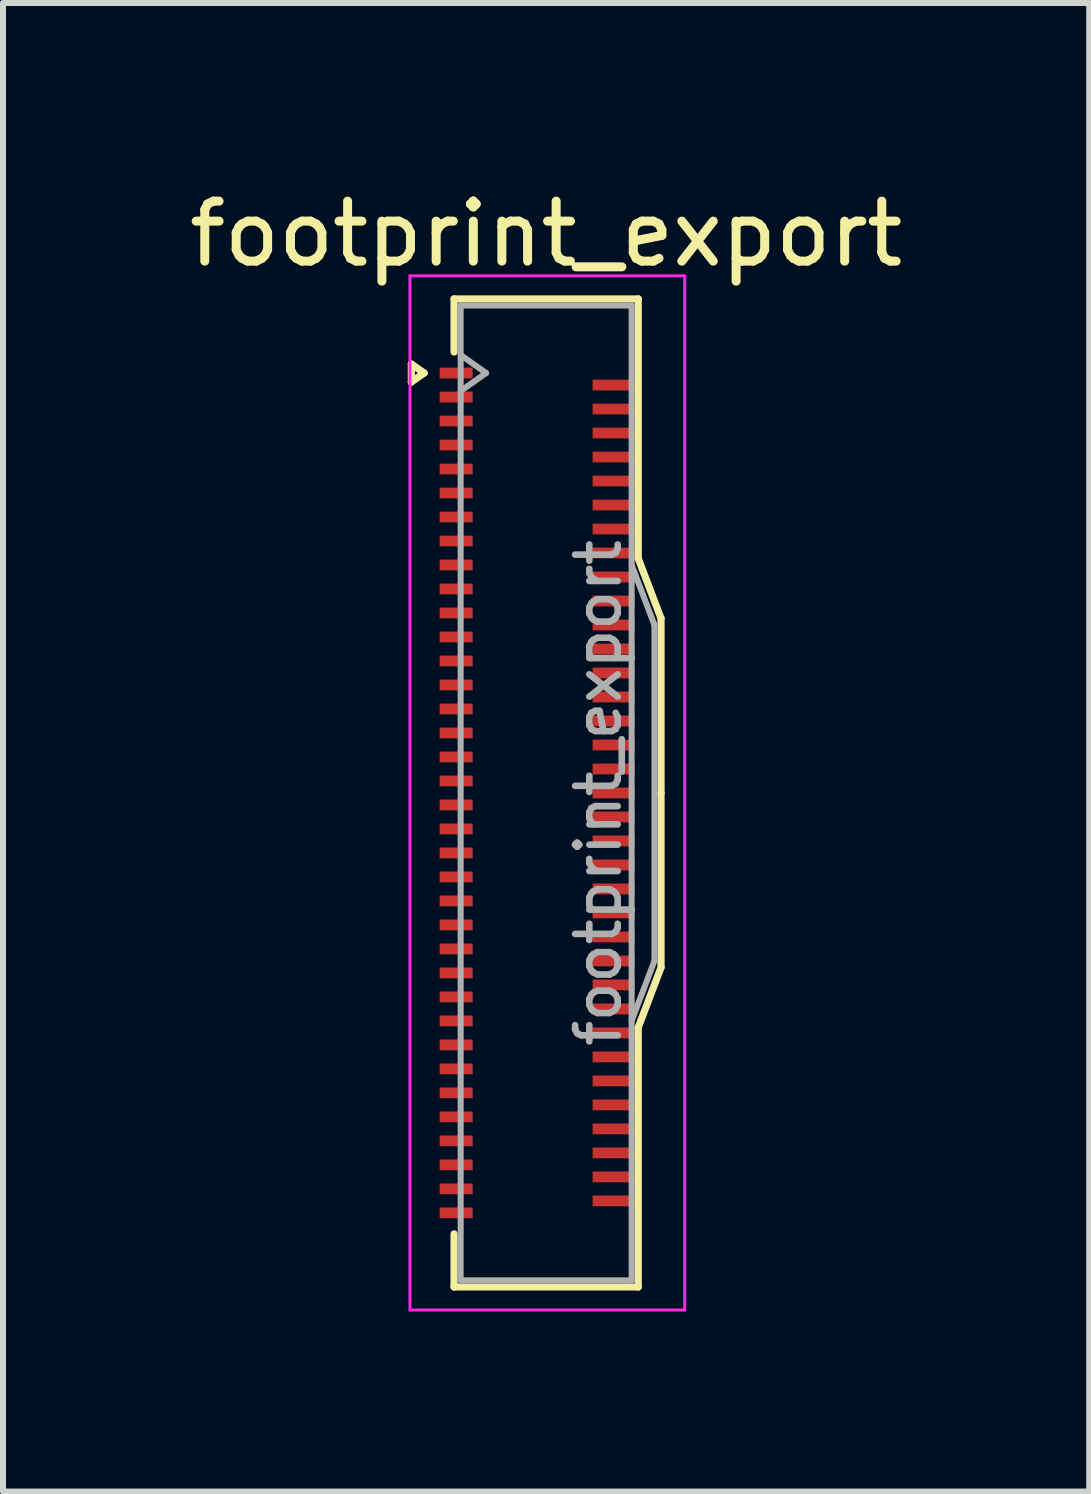
<source format=kicad_pcb>
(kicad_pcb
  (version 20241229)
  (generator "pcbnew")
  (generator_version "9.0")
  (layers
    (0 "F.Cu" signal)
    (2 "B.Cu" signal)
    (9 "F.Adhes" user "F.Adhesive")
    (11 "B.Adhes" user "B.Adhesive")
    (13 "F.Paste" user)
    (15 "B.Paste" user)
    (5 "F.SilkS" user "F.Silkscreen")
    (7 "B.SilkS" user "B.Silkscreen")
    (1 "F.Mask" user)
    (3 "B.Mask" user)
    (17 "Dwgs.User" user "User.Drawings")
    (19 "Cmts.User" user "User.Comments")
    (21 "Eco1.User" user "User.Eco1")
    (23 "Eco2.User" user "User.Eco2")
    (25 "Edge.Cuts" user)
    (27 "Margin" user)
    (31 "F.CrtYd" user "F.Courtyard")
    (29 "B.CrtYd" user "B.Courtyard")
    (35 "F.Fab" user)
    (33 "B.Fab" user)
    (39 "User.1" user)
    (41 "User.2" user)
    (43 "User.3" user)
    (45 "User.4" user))
  (footprint "footprint_export"
    (layer "F.Cu")
    (at 5.904 10.168)
    (property "Reference" "footprint_export" (at 0.15 -9.32 0) (layer "F.SilkS") (effects (font (size 1 1) (thickness 0.15))))
    (attr smd)
    (fp_line (start -2.097 -7.15) (end -1.885 -7) (stroke (width 0.12) (type solid)) (layer "F.SilkS"))
    (fp_line (start -2.097 -6.85) (end -2.097 -7.15) (stroke (width 0.12) (type solid)) (layer "F.SilkS"))
    (fp_line (start -1.885 -7) (end -2.097 -6.85) (stroke (width 0.12) (type solid)) (layer "F.SilkS"))
    (fp_line (start -1.385 -8.235) (end 1.685 -8.235) (stroke (width 0.12) (type solid)) (layer "F.SilkS"))
    (fp_line (start -1.385 -7.35) (end -1.385 -8.235) (stroke (width 0.12) (type solid)) (layer "F.SilkS"))
    (fp_line (start -1.385 7.35) (end -1.385 8.235) (stroke (width 0.12) (type solid)) (layer "F.SilkS"))
    (fp_line (start -1.385 8.235) (end 1.685 8.235) (stroke (width 0.12) (type solid)) (layer "F.SilkS"))
    (fp_line (start 1.685 -8.235) (end 1.685 -3.91) (stroke (width 0.12) (type solid)) (layer "F.SilkS"))
    (fp_line (start 1.685 -3.91) (end 2.065 -2.91) (stroke (width 0.12) (type solid)) (layer "F.SilkS"))
    (fp_line (start 1.685 3.91) (end 2.065 2.91) (stroke (width 0.12) (type solid)) (layer "F.SilkS"))
    (fp_line (start 1.685 8.235) (end 1.685 3.91) (stroke (width 0.12) (type solid)) (layer "F.SilkS"))
    (fp_line (start 2.065 -2.91) (end 2.065 0) (stroke (width 0.12) (type solid)) (layer "F.SilkS"))
    (fp_line (start 2.065 2.91) (end 2.065 0) (stroke (width 0.12) (type solid)) (layer "F.SilkS"))
    (fp_line (start -2.12 -8.62) (end -2.12 8.62) (stroke (width 0.05) (type solid)) (layer "F.CrtYd"))
    (fp_line (start -2.12 8.62) (end 2.46 8.62) (stroke (width 0.05) (type solid)) (layer "F.CrtYd"))
    (fp_line (start 2.46 -8.62) (end -2.12 -8.62) (stroke (width 0.05) (type solid)) (layer "F.CrtYd"))
    (fp_line (start 2.46 8.62) (end 2.46 -8.62) (stroke (width 0.05) (type solid)) (layer "F.CrtYd"))
    (fp_line (start -1.275 -8.125) (end -1.275 8.125) (stroke (width 0.1) (type solid)) (layer "F.Fab"))
    (fp_line (start -1.275 -7.3) (end -0.851 -7) (stroke (width 0.1) (type solid)) (layer "F.Fab"))
    (fp_line (start -1.275 8.125) (end 1.575 8.125) (stroke (width 0.1) (type solid)) (layer "F.Fab"))
    (fp_line (start -0.851 -7) (end -1.275 -6.7) (stroke (width 0.1) (type solid)) (layer "F.Fab"))
    (fp_line (start 1.575 -8.125) (end -1.275 -8.125) (stroke (width 0.1) (type solid)) (layer "F.Fab"))
    (fp_line (start 1.575 -3.8) (end 1.955 -2.8) (stroke (width 0.1) (type solid)) (layer "F.Fab"))
    (fp_line (start 1.575 8.125) (end 1.575 -8.125) (stroke (width 0.1) (type solid)) (layer "F.Fab"))
    (fp_line (start 1.955 -2.8) (end 1.955 2.8) (stroke (width 0.1) (type solid)) (layer "F.Fab"))
    (fp_line (start 1.955 2.8) (end 1.575 3.8) (stroke (width 0.1) (type solid)) (layer "F.Fab"))
    (fp_text user "${REFERENCE}" (at 1.02 0 90) (layer "F.Fab") (effects (font (size 0.71 0.71) (thickness 0.11))))
    (pad "1" smd rect (at -1.35 -7) (size 0.55 0.18) (layers "F.Cu" "F.Mask" "F.Paste"))
    (pad "2" smd rect (at 1.275 -6.8) (size 0.7 0.18) (layers "F.Cu" "F.Mask" "F.Paste"))
    (pad "3" smd rect (at -1.35 -6.6) (size 0.55 0.18) (layers "F.Cu" "F.Mask" "F.Paste"))
    (pad "4" smd rect (at 1.275 -6.4) (size 0.7 0.18) (layers "F.Cu" "F.Mask" "F.Paste"))
    (pad "5" smd rect (at -1.35 -6.2) (size 0.55 0.18) (layers "F.Cu" "F.Mask" "F.Paste"))
    (pad "6" smd rect (at 1.275 -6) (size 0.7 0.18) (layers "F.Cu" "F.Mask" "F.Paste"))
    (pad "7" smd rect (at -1.35 -5.8) (size 0.55 0.18) (layers "F.Cu" "F.Mask" "F.Paste"))
    (pad "8" smd rect (at 1.275 -5.6) (size 0.7 0.18) (layers "F.Cu" "F.Mask" "F.Paste"))
    (pad "9" smd rect (at -1.35 -5.4) (size 0.55 0.18) (layers "F.Cu" "F.Mask" "F.Paste"))
    (pad "10" smd rect (at 1.275 -5.2) (size 0.7 0.18) (layers "F.Cu" "F.Mask" "F.Paste"))
    (pad "11" smd rect (at -1.35 -5) (size 0.55 0.18) (layers "F.Cu" "F.Mask" "F.Paste"))
    (pad "12" smd rect (at 1.275 -4.8) (size 0.7 0.18) (layers "F.Cu" "F.Mask" "F.Paste"))
    (pad "13" smd rect (at -1.35 -4.6) (size 0.55 0.18) (layers "F.Cu" "F.Mask" "F.Paste"))
    (pad "14" smd rect (at 1.275 -4.4) (size 0.7 0.18) (layers "F.Cu" "F.Mask" "F.Paste"))
    (pad "15" smd rect (at -1.35 -4.2) (size 0.55 0.18) (layers "F.Cu" "F.Mask" "F.Paste"))
    (pad "16" smd rect (at 1.275 -4) (size 0.7 0.18) (layers "F.Cu" "F.Mask" "F.Paste"))
    (pad "17" smd rect (at -1.35 -3.8) (size 0.55 0.18) (layers "F.Cu" "F.Mask" "F.Paste"))
    (pad "18" smd rect (at 1.275 -3.6) (size 0.7 0.18) (layers "F.Cu" "F.Mask" "F.Paste"))
    (pad "19" smd rect (at -1.35 -3.4) (size 0.55 0.18) (layers "F.Cu" "F.Mask" "F.Paste"))
    (pad "20" smd rect (at 1.275 -3.2) (size 0.7 0.18) (layers "F.Cu" "F.Mask" "F.Paste"))
    (pad "21" smd rect (at -1.35 -3) (size 0.55 0.18) (layers "F.Cu" "F.Mask" "F.Paste"))
    (pad "22" smd rect (at 1.275 -2.8) (size 0.7 0.18) (layers "F.Cu" "F.Mask" "F.Paste"))
    (pad "23" smd rect (at -1.35 -2.6) (size 0.55 0.18) (layers "F.Cu" "F.Mask" "F.Paste"))
    (pad "24" smd rect (at 1.275 -2.4) (size 0.7 0.18) (layers "F.Cu" "F.Mask" "F.Paste"))
    (pad "25" smd rect (at -1.35 -2.2) (size 0.55 0.18) (layers "F.Cu" "F.Mask" "F.Paste"))
    (pad "26" smd rect (at 1.275 -2) (size 0.7 0.18) (layers "F.Cu" "F.Mask" "F.Paste"))
    (pad "27" smd rect (at -1.35 -1.8) (size 0.55 0.18) (layers "F.Cu" "F.Mask" "F.Paste"))
    (pad "28" smd rect (at 1.275 -1.6) (size 0.7 0.18) (layers "F.Cu" "F.Mask" "F.Paste"))
    (pad "29" smd rect (at -1.35 -1.4) (size 0.55 0.18) (layers "F.Cu" "F.Mask" "F.Paste"))
    (pad "30" smd rect (at 1.275 -1.2) (size 0.7 0.18) (layers "F.Cu" "F.Mask" "F.Paste"))
    (pad "31" smd rect (at -1.35 -1) (size 0.55 0.18) (layers "F.Cu" "F.Mask" "F.Paste"))
    (pad "32" smd rect (at 1.275 -0.8) (size 0.7 0.18) (layers "F.Cu" "F.Mask" "F.Paste"))
    (pad "33" smd rect (at -1.35 -0.6) (size 0.55 0.18) (layers "F.Cu" "F.Mask" "F.Paste"))
    (pad "34" smd rect (at 1.275 -0.4) (size 0.7 0.18) (layers "F.Cu" "F.Mask" "F.Paste"))
    (pad "35" smd rect (at -1.35 -0.2) (size 0.55 0.18) (layers "F.Cu" "F.Mask" "F.Paste"))
    (pad "36" smd rect (at 1.275 0) (size 0.7 0.18) (layers "F.Cu" "F.Mask" "F.Paste"))
    (pad "37" smd rect (at -1.35 0.2) (size 0.55 0.18) (layers "F.Cu" "F.Mask" "F.Paste"))
    (pad "38" smd rect (at 1.275 0.4) (size 0.7 0.18) (layers "F.Cu" "F.Mask" "F.Paste"))
    (pad "39" smd rect (at -1.35 0.6) (size 0.55 0.18) (layers "F.Cu" "F.Mask" "F.Paste"))
    (pad "40" smd rect (at 1.275 0.8) (size 0.7 0.18) (layers "F.Cu" "F.Mask" "F.Paste"))
    (pad "41" smd rect (at -1.35 1) (size 0.55 0.18) (layers "F.Cu" "F.Mask" "F.Paste"))
    (pad "42" smd rect (at 1.275 1.2) (size 0.7 0.18) (layers "F.Cu" "F.Mask" "F.Paste"))
    (pad "43" smd rect (at -1.35 1.4) (size 0.55 0.18) (layers "F.Cu" "F.Mask" "F.Paste"))
    (pad "44" smd rect (at 1.275 1.6) (size 0.7 0.18) (layers "F.Cu" "F.Mask" "F.Paste"))
    (pad "45" smd rect (at -1.35 1.8) (size 0.55 0.18) (layers "F.Cu" "F.Mask" "F.Paste"))
    (pad "46" smd rect (at 1.275 2) (size 0.7 0.18) (layers "F.Cu" "F.Mask" "F.Paste"))
    (pad "47" smd rect (at -1.35 2.2) (size 0.55 0.18) (layers "F.Cu" "F.Mask" "F.Paste"))
    (pad "48" smd rect (at 1.275 2.4) (size 0.7 0.18) (layers "F.Cu" "F.Mask" "F.Paste"))
    (pad "49" smd rect (at -1.35 2.6) (size 0.55 0.18) (layers "F.Cu" "F.Mask" "F.Paste"))
    (pad "50" smd rect (at 1.275 2.8) (size 0.7 0.18) (layers "F.Cu" "F.Mask" "F.Paste"))
    (pad "51" smd rect (at -1.35 3) (size 0.55 0.18) (layers "F.Cu" "F.Mask" "F.Paste"))
    (pad "52" smd rect (at 1.275 3.2) (size 0.7 0.18) (layers "F.Cu" "F.Mask" "F.Paste"))
    (pad "53" smd rect (at -1.35 3.4) (size 0.55 0.18) (layers "F.Cu" "F.Mask" "F.Paste"))
    (pad "54" smd rect (at 1.275 3.6) (size 0.7 0.18) (layers "F.Cu" "F.Mask" "F.Paste"))
    (pad "55" smd rect (at -1.35 3.8) (size 0.55 0.18) (layers "F.Cu" "F.Mask" "F.Paste"))
    (pad "56" smd rect (at 1.275 4) (size 0.7 0.18) (layers "F.Cu" "F.Mask" "F.Paste"))
    (pad "57" smd rect (at -1.35 4.2) (size 0.55 0.18) (layers "F.Cu" "F.Mask" "F.Paste"))
    (pad "58" smd rect (at 1.275 4.4) (size 0.7 0.18) (layers "F.Cu" "F.Mask" "F.Paste"))
    (pad "59" smd rect (at -1.35 4.6) (size 0.55 0.18) (layers "F.Cu" "F.Mask" "F.Paste"))
    (pad "60" smd rect (at 1.275 4.8) (size 0.7 0.18) (layers "F.Cu" "F.Mask" "F.Paste"))
    (pad "61" smd rect (at -1.35 5) (size 0.55 0.18) (layers "F.Cu" "F.Mask" "F.Paste"))
    (pad "62" smd rect (at 1.275 5.2) (size 0.7 0.18) (layers "F.Cu" "F.Mask" "F.Paste"))
    (pad "63" smd rect (at -1.35 5.4) (size 0.55 0.18) (layers "F.Cu" "F.Mask" "F.Paste"))
    (pad "64" smd rect (at 1.275 5.6) (size 0.7 0.18) (layers "F.Cu" "F.Mask" "F.Paste"))
    (pad "65" smd rect (at -1.35 5.8) (size 0.55 0.18) (layers "F.Cu" "F.Mask" "F.Paste"))
    (pad "66" smd rect (at 1.275 6) (size 0.7 0.18) (layers "F.Cu" "F.Mask" "F.Paste"))
    (pad "67" smd rect (at -1.35 6.2) (size 0.55 0.18) (layers "F.Cu" "F.Mask" "F.Paste"))
    (pad "68" smd rect (at 1.275 6.4) (size 0.7 0.18) (layers "F.Cu" "F.Mask" "F.Paste"))
    (pad "69" smd rect (at -1.35 6.6) (size 0.55 0.18) (layers "F.Cu" "F.Mask" "F.Paste"))
    (pad "70" smd rect (at 1.275 6.8) (size 0.7 0.18) (layers "F.Cu" "F.Mask" "F.Paste"))
    (pad "71" smd rect (at -1.35 7) (size 0.55 0.18) (layers "F.Cu" "F.Mask" "F.Paste")))
  (gr_rect
    (start -3 -3)
    (end 15.107 21.813)
    (stroke (width 0.1) (type default))
    (fill no)
    (layer "Edge.Cuts")))
</source>
